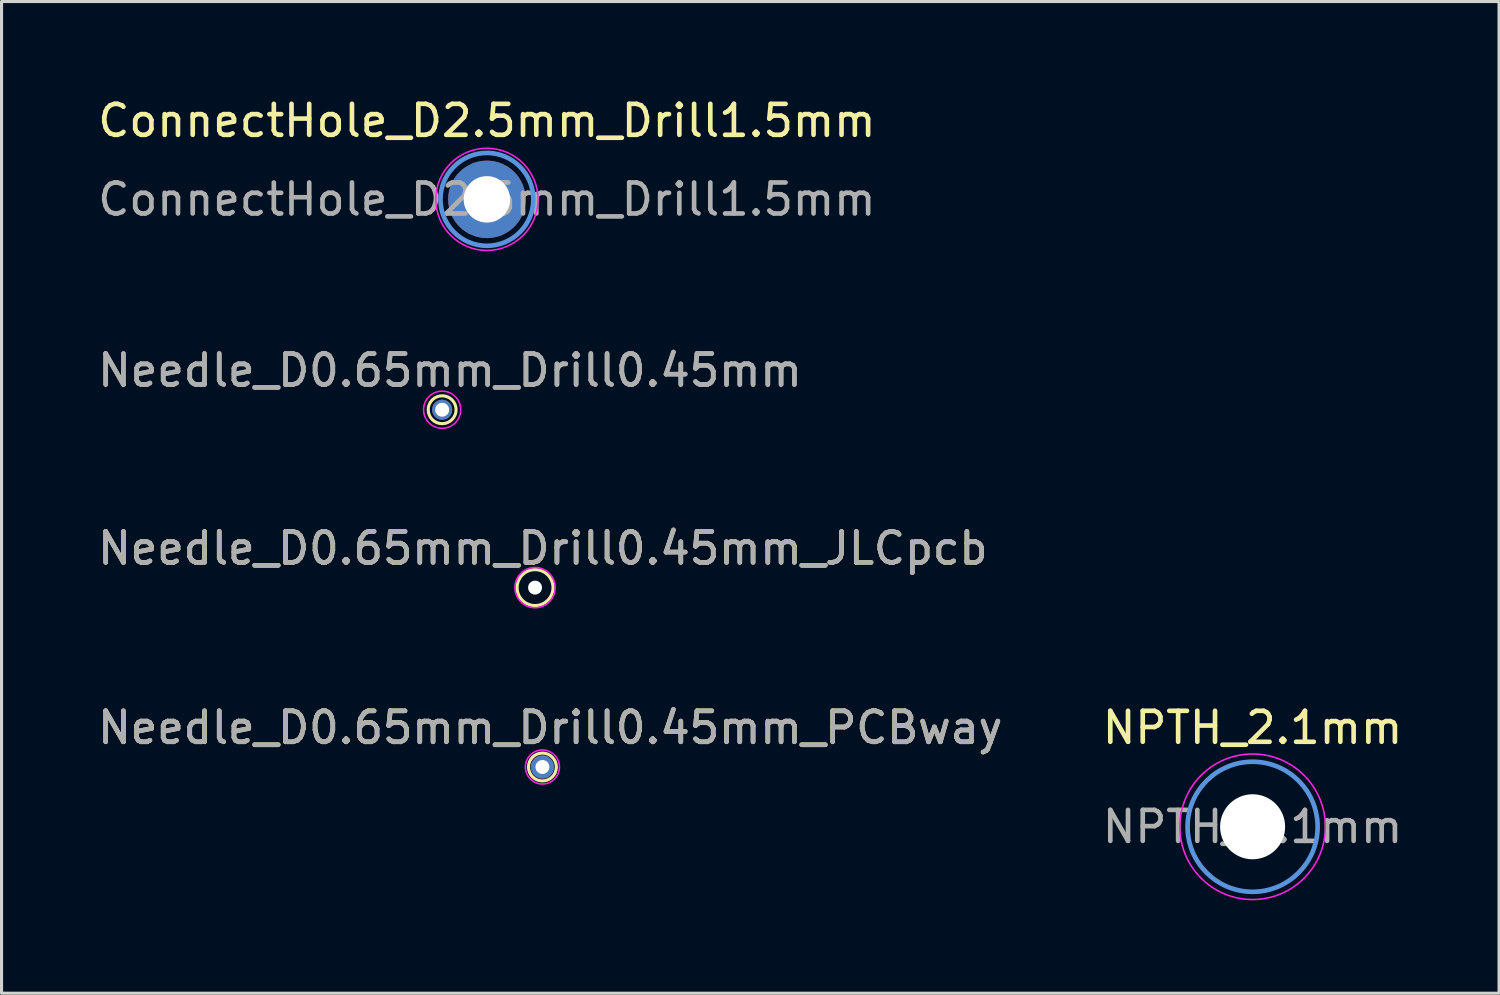
<source format=kicad_pcb>
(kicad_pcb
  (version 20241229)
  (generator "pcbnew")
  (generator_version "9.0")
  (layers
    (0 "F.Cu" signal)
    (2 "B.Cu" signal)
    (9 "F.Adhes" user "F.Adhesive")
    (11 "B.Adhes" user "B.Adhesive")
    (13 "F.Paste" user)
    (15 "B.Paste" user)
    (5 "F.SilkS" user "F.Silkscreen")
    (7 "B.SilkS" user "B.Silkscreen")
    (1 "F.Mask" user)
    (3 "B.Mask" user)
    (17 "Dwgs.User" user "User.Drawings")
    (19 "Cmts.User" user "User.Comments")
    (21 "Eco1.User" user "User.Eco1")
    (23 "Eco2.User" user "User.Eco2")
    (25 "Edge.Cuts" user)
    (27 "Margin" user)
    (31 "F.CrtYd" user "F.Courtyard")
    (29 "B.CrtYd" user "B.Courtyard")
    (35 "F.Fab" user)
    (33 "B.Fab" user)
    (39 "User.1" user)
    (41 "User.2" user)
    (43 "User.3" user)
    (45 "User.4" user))
  (footprint "Needle_D0.65mm_Drill0.45mm"
    (layer "F.Cu")
    (at 11.228 10.181)
    (property "Reference" "Needle_D0.65mm_Drill0.45mm" (at 0.254 -1.27 0) (layer "F.Fab") (effects (font (size 1 1) (thickness 0.15))))
    (attr through_hole exclude_from_pos_files)
    (fp_circle (center 0 0) (end 0.45 0) (stroke (width 0.1) (type solid)) (fill no) (layer "F.SilkS"))
    (fp_circle (center 0 0) (end 0.6 0) (stroke (width 0.05) (type solid)) (fill no) (layer "F.CrtYd"))
    (fp_text user "${REFERENCE}" (at 0.254 -1.27 0) (layer "F.Fab") (effects (font (size 1 1) (thickness 0.15))))
    (pad "1" thru_hole circle (at 0 0) (size 0.65 0.65) (drill 0.45) (layers "*.Cu" "*.Mask")))
  (footprint "Needle_D0.65mm_Drill0.45mm_JLCpcb"
    (layer "F.Cu")
    (at 14.228 15.925)
    (property "Reference" "Needle_D0.65mm_Drill0.45mm_JLCpcb" (at 0.254 -1.27 0) (layer "F.SilkS") (effects (font (size 1 1) (thickness 0.15))))
    (attr through_hole exclude_from_pos_files)
    (fp_circle (center 0 0) (end 0.58 0) (stroke (width 0.1) (type solid)) (fill no) (layer "F.SilkS"))
    (fp_circle (center 0 0) (end 0.65 0) (stroke (width 0.05) (type solid)) (fill no) (layer "F.CrtYd"))
    (fp_text user "${REFERENCE}" (at 0.254 -1.27 0) (layer "F.Fab") (effects (font (size 1 1) (thickness 0.15))))
    (pad "1" thru_hole circle (at 0 0) (size 0.95 0.95) (drill 0.45) (layers "*.Cu" "*.Mask") (remove_unused_layers yes) (zone_layer_connections)))
  (footprint "NPTH_2.1mm"
    (layer "F.Cu")
    (at 37.399 23.648)
    (property "Reference" "NPTH_2.1mm" (at 0 -3.2 0) (layer "F.SilkS") (effects (font (size 1 1) (thickness 0.15))))
    (attr exclude_from_pos_files exclude_from_bom)
    (fp_circle (center 0 0) (end 2.1 0) (stroke (width 0.15) (type solid)) (fill no) (layer "Cmts.User"))
    (fp_circle (center 0 0) (end 2.35 0) (stroke (width 0.05) (type solid)) (fill no) (layer "F.CrtYd"))
    (fp_text user "${REFERENCE}" (at 0 0 0) (layer "F.Fab") (effects (font (size 1 1) (thickness 0.15))))
    (pad "" np_thru_hole circle (at 0 0) (size 2.1 2.1) (drill 2.1) (layers "*.Cu" "*.Mask")))
  (footprint "ConnectHole_D2.5mm_Drill1.5mm"
    (layer "F.Cu")
    (at 12.673 3.388)
    (property "Reference" "ConnectHole_D2.5mm_Drill1.5mm" (at 0 -2.54 0) (layer "F.SilkS") (effects (font (size 1 1) (thickness 0.15))))
    (attr exclude_from_pos_files exclude_from_bom)
    (fp_circle (center 0 0) (end 1.5 0) (stroke (width 0.15) (type solid)) (fill no) (layer "Cmts.User"))
    (fp_circle (center 0 0) (end 1.65 0) (stroke (width 0.05) (type solid)) (fill no) (layer "F.CrtYd"))
    (fp_text user "${REFERENCE}" (at 0 0 0) (layer "F.Fab") (effects (font (size 1 1) (thickness 0.15))))
    (pad "1" thru_hole circle (at 0 0) (size 2.5 2.5) (drill 1.5) (layers "*.Cu" "*.Mask")))
  (footprint "Needle_D0.65mm_Drill0.45mm_PCBway"
    (layer "F.Cu")
    (at 14.466 21.718)
    (property "Reference" "Needle_D0.65mm_Drill0.45mm_PCBway" (at 0.254 -1.27 0) (layer "F.SilkS") (effects (font (size 1 1) (thickness 0.15))))
    (attr through_hole exclude_from_pos_files)
    (fp_circle (center 0 0) (end 0.45 0) (stroke (width 0.1) (type solid)) (fill no) (layer "F.SilkS"))
    (fp_circle (center 0 0) (end 0.55 0) (stroke (width 0.05) (type solid)) (fill no) (layer "F.CrtYd"))
    (fp_text user "${REFERENCE}" (at 0.254 -1.27 0) (layer "F.Fab") (effects (font (size 1 1) (thickness 0.15))))
    (pad "1" thru_hole circle (at 0 0) (size 0.75 0.75) (drill 0.45) (layers "*.Cu" "*.Mask")))
  (gr_rect
    (start -3 -3)
    (end 45.357 29.023)
    (stroke (width 0.1) (type default))
    (fill no)
    (layer "Edge.Cuts")))
</source>
